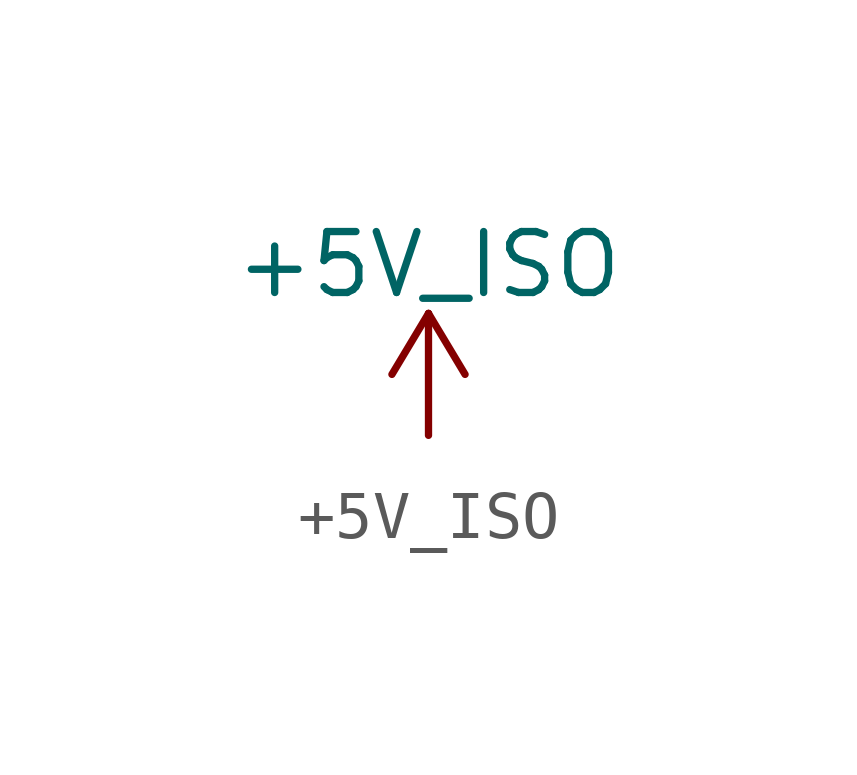
<source format=kicad_sym>
(kicad_symbol_lib
  (version 20220914)
  (generator kicad_symbol_editor)
  (symbol "+5V_ISO"
    (power)
    (pin_names
      (offset 0))
    (property "Reference" "#PWR"
      (at 0 -3.81 0)
      (effects (font (size 1.27 1.27)) hide))
    (property "Value" "+5V_ISO"
      (at 0 3.556 0)
      (effects (font (size 1.27 1.27))))
    (symbol "+5V_ISO_0_1"
      (polyline (pts (xy -0.762 1.27) (xy 0 2.54)) (stroke (width 0) (type default)) (fill (type none)))
      (polyline (pts (xy 0 0) (xy 0 2.54)) (stroke (width 0) (type default)) (fill (type none)))
      (polyline (pts (xy 0 2.54) (xy 0.762 1.27)) (stroke (width 0) (type default)) (fill (type none))))
    (symbol "+5V_ISO_1_1"
      (pin power_in line (at 0 0 90) (length 0) hide (name "+5V_ISO" (effects (font (size 1.27 1.27)))) (number "1" (effects (font (size 1.27 1.27))))))))
</source>
